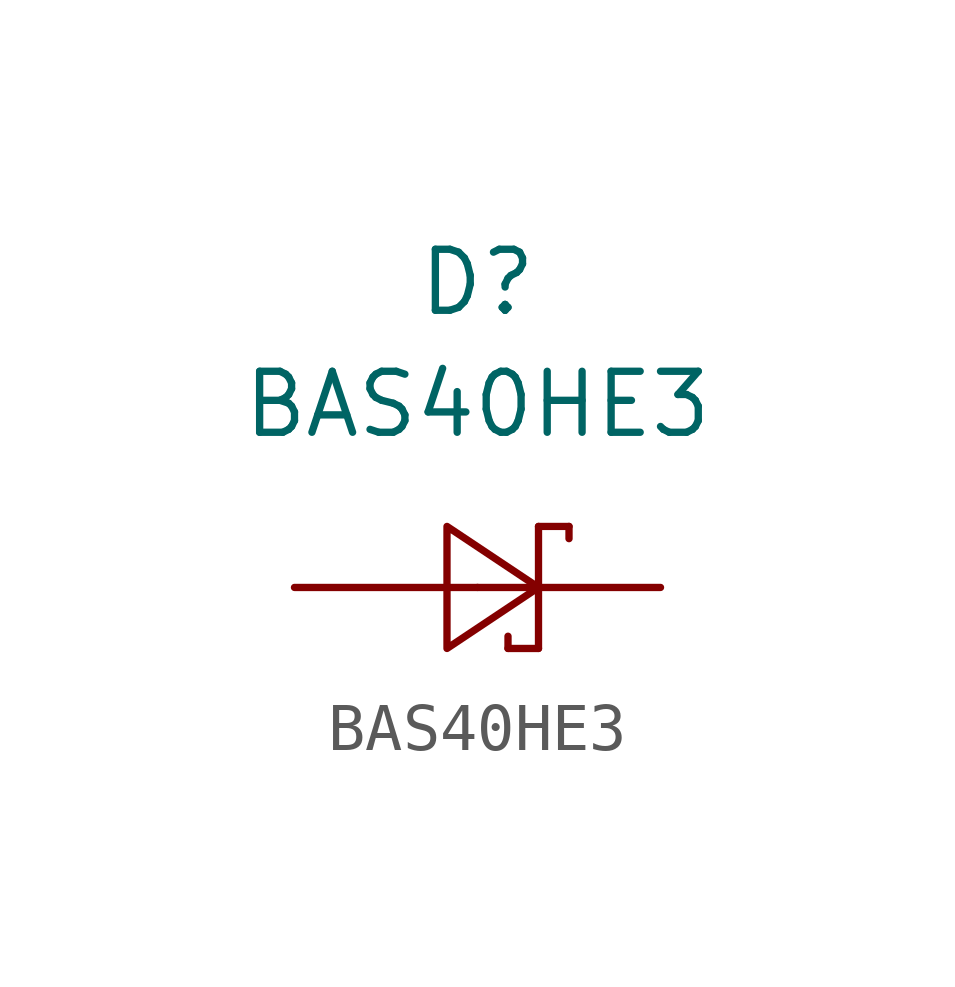
<source format=kicad_sym>
(kicad_symbol_lib
  (version 20220914)
  (generator kicad_symbol_editor)
  (symbol "BAS40HE3"
    (pin_names
      (offset 1.016))
    (property "Reference" "D"
      (at -3.81 8.89 0)
      (effects (font (size 1.27 1.27))))
    (property "Value" "BAS40HE3"
      (at -3.81 6.35 0)
      (effects (font (size 1.27 1.27))))
    (symbol "BAS40HE3_0_1"
      (polyline (pts (xy -3.175 1.27) (xy -3.175 1.524)) (stroke (width 0) (type default)) (fill (type none)))
      (polyline (pts (xy -2.54 1.27) (xy -3.175 1.27)) (stroke (width 0) (type default)) (fill (type none)))
      (polyline (pts (xy -2.54 1.27) (xy -2.54 3.81)) (stroke (width 0) (type default)) (fill (type none)))
      (polyline (pts (xy -2.54 3.81) (xy -1.905 3.81)) (stroke (width 0) (type default)) (fill (type none)))
      (polyline (pts (xy -1.905 3.81) (xy -1.905 3.556)) (stroke (width 0) (type default)) (fill (type none)))
      (polyline (pts (xy -4.445 3.81) (xy -4.445 1.27) (xy -2.54 2.54) (xy -4.445 3.81)) (stroke (width 0) (type default)) (fill (type none))))
    (symbol "BAS40HE3_1_1"
      (pin passive line (at -7.62 2.54 0) (length 3.81) (name "~" (effects (font (size 1.27 1.27)))) (number "1" (effects (font (size 0 0)))))
      (pin passive line (at 0 2.54 180) (length 3.81) (name "~" (effects (font (size 1.27 1.27)))) (number "3" (effects (font (size 0 0))))))))
</source>
